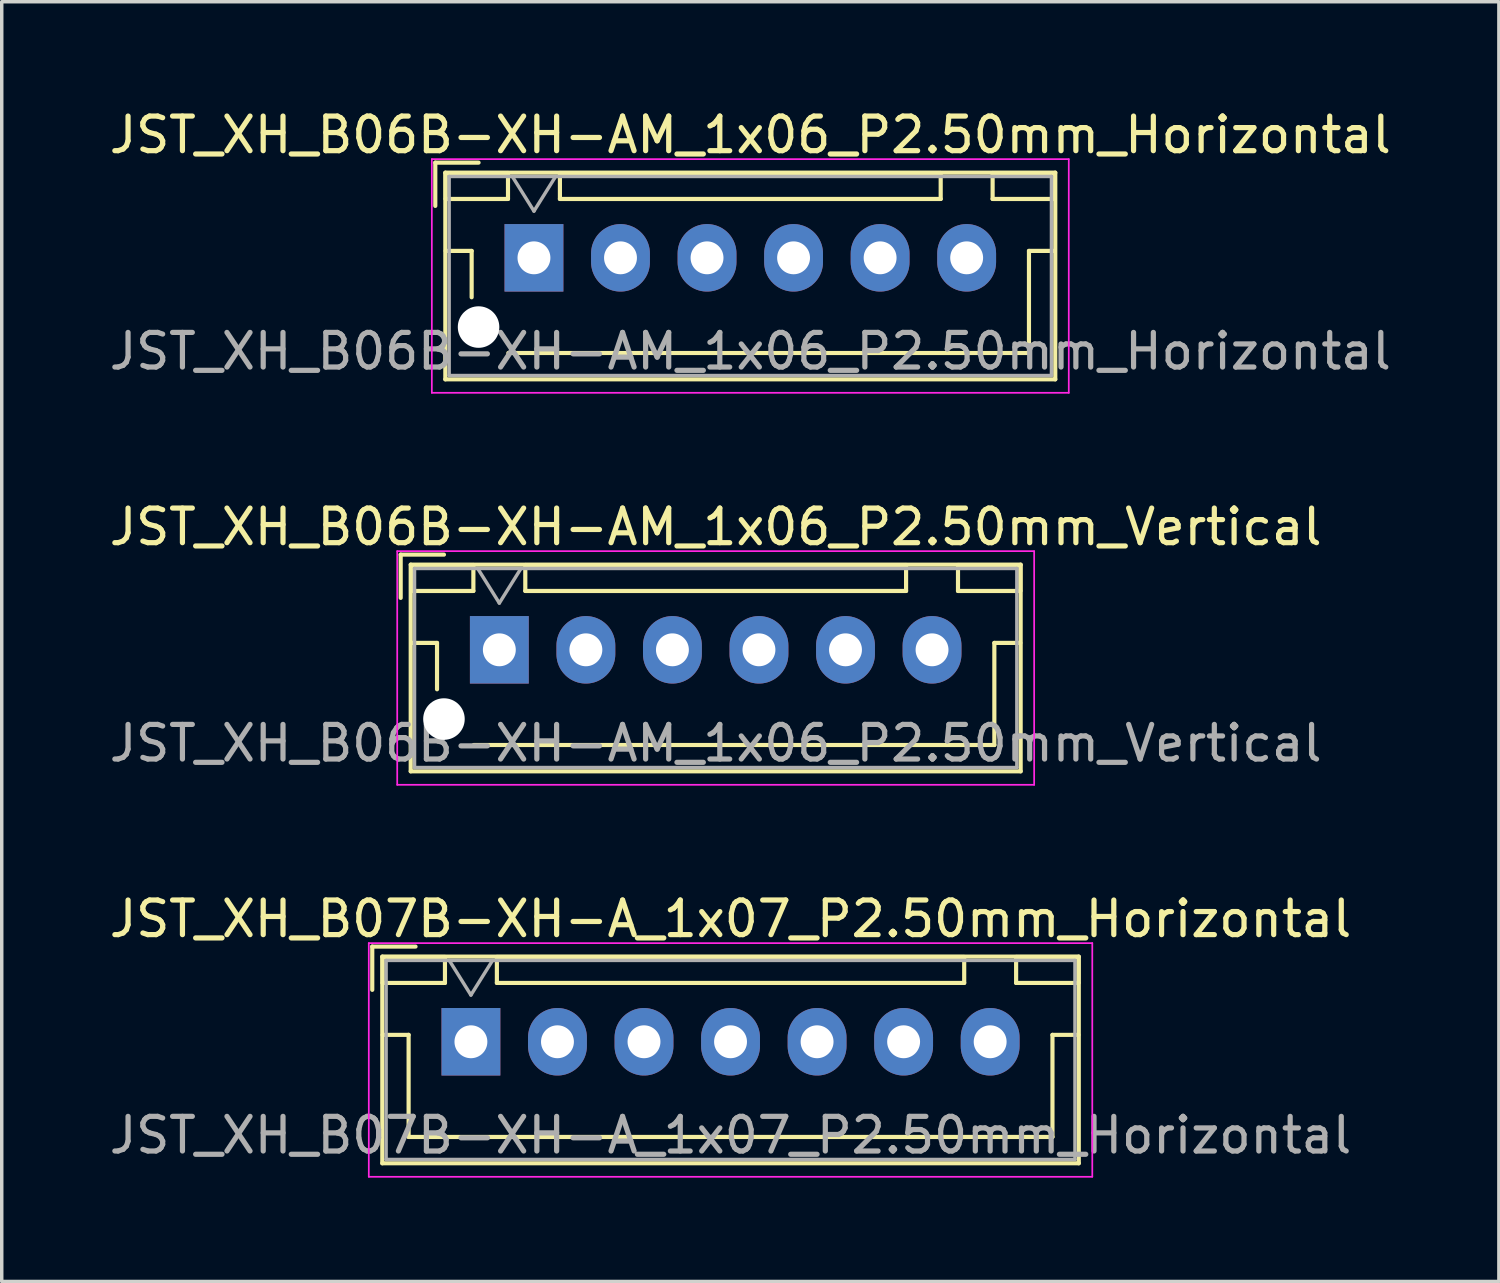
<source format=kicad_pcb>
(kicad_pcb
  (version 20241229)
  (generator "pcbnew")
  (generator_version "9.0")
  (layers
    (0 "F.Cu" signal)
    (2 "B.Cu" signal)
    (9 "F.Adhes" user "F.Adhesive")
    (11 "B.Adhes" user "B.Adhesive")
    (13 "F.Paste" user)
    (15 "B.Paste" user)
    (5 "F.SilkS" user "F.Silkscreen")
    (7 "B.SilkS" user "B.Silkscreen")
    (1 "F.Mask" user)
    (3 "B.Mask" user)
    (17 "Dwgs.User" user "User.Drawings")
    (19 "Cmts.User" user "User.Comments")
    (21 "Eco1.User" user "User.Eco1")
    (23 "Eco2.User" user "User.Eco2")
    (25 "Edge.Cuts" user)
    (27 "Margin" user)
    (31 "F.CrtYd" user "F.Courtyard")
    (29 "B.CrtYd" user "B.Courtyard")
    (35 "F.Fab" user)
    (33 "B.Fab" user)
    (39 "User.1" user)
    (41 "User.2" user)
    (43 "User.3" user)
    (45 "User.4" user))
  (footprint "JST_XH_B07B-XH-A_1x07_P2.50mm_Horizontal"
    (layer "F.Cu")
    (at 10.554 27.045)
    (property "Reference" "JST_XH_B07B-XH-A_1x07_P2.50mm_Horizontal" (at 7.5 -3.55 0) (layer "F.SilkS") (effects (font (size 1 1) (thickness 0.15))))
    (attr through_hole)
    (fp_line (start -2.85 -2.75) (end -2.85 -1.5) (stroke (width 0.12) (type solid)) (layer "F.SilkS"))
    (fp_line (start -2.56 -2.46) (end -2.56 3.51) (stroke (width 0.12) (type solid)) (layer "F.SilkS"))
    (fp_line (start -2.56 3.51) (end 17.56 3.51) (stroke (width 0.12) (type solid)) (layer "F.SilkS"))
    (fp_line (start -2.55 -2.45) (end -2.55 -1.7) (stroke (width 0.12) (type solid)) (layer "F.SilkS"))
    (fp_line (start -2.55 -1.7) (end -0.75 -1.7) (stroke (width 0.12) (type solid)) (layer "F.SilkS"))
    (fp_line (start -2.55 -0.2) (end -1.8 -0.2) (stroke (width 0.12) (type solid)) (layer "F.SilkS"))
    (fp_line (start -1.8 -0.2) (end -1.8 2.75) (stroke (width 0.12) (type solid)) (layer "F.SilkS"))
    (fp_line (start -1.8 2.75) (end 7.5 2.75) (stroke (width 0.12) (type solid)) (layer "F.SilkS"))
    (fp_line (start -1.6 -2.75) (end -2.85 -2.75) (stroke (width 0.12) (type solid)) (layer "F.SilkS"))
    (fp_line (start -0.75 -2.45) (end -2.55 -2.45) (stroke (width 0.12) (type solid)) (layer "F.SilkS"))
    (fp_line (start -0.75 -1.7) (end -0.75 -2.45) (stroke (width 0.12) (type solid)) (layer "F.SilkS"))
    (fp_line (start 0.75 -2.45) (end 0.75 -1.7) (stroke (width 0.12) (type solid)) (layer "F.SilkS"))
    (fp_line (start 0.75 -1.7) (end 14.25 -1.7) (stroke (width 0.12) (type solid)) (layer "F.SilkS"))
    (fp_line (start 14.25 -2.45) (end 0.75 -2.45) (stroke (width 0.12) (type solid)) (layer "F.SilkS"))
    (fp_line (start 14.25 -1.7) (end 14.25 -2.45) (stroke (width 0.12) (type solid)) (layer "F.SilkS"))
    (fp_line (start 15.75 -2.45) (end 15.75 -1.7) (stroke (width 0.12) (type solid)) (layer "F.SilkS"))
    (fp_line (start 15.75 -1.7) (end 17.55 -1.7) (stroke (width 0.12) (type solid)) (layer "F.SilkS"))
    (fp_line (start 16.8 -0.2) (end 16.8 2.75) (stroke (width 0.12) (type solid)) (layer "F.SilkS"))
    (fp_line (start 16.8 2.75) (end 7.5 2.75) (stroke (width 0.12) (type solid)) (layer "F.SilkS"))
    (fp_line (start 17.55 -2.45) (end 15.75 -2.45) (stroke (width 0.12) (type solid)) (layer "F.SilkS"))
    (fp_line (start 17.55 -1.7) (end 17.55 -2.45) (stroke (width 0.12) (type solid)) (layer "F.SilkS"))
    (fp_line (start 17.55 -0.2) (end 16.8 -0.2) (stroke (width 0.12) (type solid)) (layer "F.SilkS"))
    (fp_line (start 17.56 -2.46) (end -2.56 -2.46) (stroke (width 0.12) (type solid)) (layer "F.SilkS"))
    (fp_line (start 17.56 3.51) (end 17.56 -2.46) (stroke (width 0.12) (type solid)) (layer "F.SilkS"))
    (fp_line (start -2.95 -2.85) (end -2.95 3.9) (stroke (width 0.05) (type solid)) (layer "F.CrtYd"))
    (fp_line (start -2.95 3.9) (end 17.95 3.9) (stroke (width 0.05) (type solid)) (layer "F.CrtYd"))
    (fp_line (start 17.95 -2.85) (end -2.95 -2.85) (stroke (width 0.05) (type solid)) (layer "F.CrtYd"))
    (fp_line (start 17.95 3.9) (end 17.95 -2.85) (stroke (width 0.05) (type solid)) (layer "F.CrtYd"))
    (fp_line (start -2.45 -2.35) (end -2.45 3.4) (stroke (width 0.1) (type solid)) (layer "F.Fab"))
    (fp_line (start -2.45 3.4) (end 17.45 3.4) (stroke (width 0.1) (type solid)) (layer "F.Fab"))
    (fp_line (start -0.625 -2.35) (end 0 -1.35) (stroke (width 0.1) (type solid)) (layer "F.Fab"))
    (fp_line (start 0 -1.35) (end 0.625 -2.35) (stroke (width 0.1) (type solid)) (layer "F.Fab"))
    (fp_line (start 17.45 -2.35) (end -2.45 -2.35) (stroke (width 0.1) (type solid)) (layer "F.Fab"))
    (fp_line (start 17.45 3.4) (end 17.45 -2.35) (stroke (width 0.1) (type solid)) (layer "F.Fab"))
    (fp_text user "${REFERENCE}" (at 7.5 2.7 0) (layer "F.Fab") (effects (font (size 1 1) (thickness 0.15))))
    (pad "1" thru_hole rect (at 0 0) (size 1.7 1.95) (drill 0.95) (layers "*.Cu" "*.Mask"))
    (pad "2" thru_hole oval (at 2.5 0) (size 1.7 1.95) (drill 0.95) (layers "*.Cu" "*.Mask"))
    (pad "3" thru_hole oval (at 5 0) (size 1.7 1.95) (drill 0.95) (layers "*.Cu" "*.Mask"))
    (pad "4" thru_hole oval (at 7.5 0) (size 1.7 1.95) (drill 0.95) (layers "*.Cu" "*.Mask"))
    (pad "5" thru_hole oval (at 10 0) (size 1.7 1.95) (drill 0.95) (layers "*.Cu" "*.Mask"))
    (pad "6" thru_hole oval (at 12.5 0) (size 1.7 1.95) (drill 0.95) (layers "*.Cu" "*.Mask"))
    (pad "7" thru_hole oval (at 15 0) (size 1.7 1.95) (drill 0.95) (layers "*.Cu" "*.Mask")))
  (footprint "JST_XH_B06B-XH-AM_1x06_P2.50mm_Vertical"
    (layer "F.Cu")
    (at 11.375 15.722)
    (property "Reference" "JST_XH_B06B-XH-AM_1x06_P2.50mm_Vertical" (at 6.25 -3.55 0) (layer "F.SilkS") (effects (font (size 1 1) (thickness 0.15))))
    (attr through_hole)
    (fp_line (start -2.85 -2.75) (end -2.85 -1.5) (stroke (width 0.12) (type solid)) (layer "F.SilkS"))
    (fp_line (start -2.56 -2.46) (end -2.56 3.51) (stroke (width 0.12) (type solid)) (layer "F.SilkS"))
    (fp_line (start -2.56 3.51) (end 15.06 3.51) (stroke (width 0.12) (type solid)) (layer "F.SilkS"))
    (fp_line (start -2.55 -2.45) (end -2.55 -1.7) (stroke (width 0.12) (type solid)) (layer "F.SilkS"))
    (fp_line (start -2.55 -1.7) (end -0.75 -1.7) (stroke (width 0.12) (type solid)) (layer "F.SilkS"))
    (fp_line (start -2.55 -0.2) (end -1.8 -0.2) (stroke (width 0.12) (type solid)) (layer "F.SilkS"))
    (fp_line (start -1.8 -0.2) (end -1.8 1.14) (stroke (width 0.12) (type solid)) (layer "F.SilkS"))
    (fp_line (start -1.6 -2.75) (end -2.85 -2.75) (stroke (width 0.12) (type solid)) (layer "F.SilkS"))
    (fp_line (start -0.75 -2.45) (end -2.55 -2.45) (stroke (width 0.12) (type solid)) (layer "F.SilkS"))
    (fp_line (start -0.75 -1.7) (end -0.75 -2.45) (stroke (width 0.12) (type solid)) (layer "F.SilkS"))
    (fp_line (start 0.75 -2.45) (end 0.75 -1.7) (stroke (width 0.12) (type solid)) (layer "F.SilkS"))
    (fp_line (start 0.75 -1.7) (end 11.75 -1.7) (stroke (width 0.12) (type solid)) (layer "F.SilkS"))
    (fp_line (start 6.25 2.75) (end -0.74 2.75) (stroke (width 0.12) (type solid)) (layer "F.SilkS"))
    (fp_line (start 11.75 -2.45) (end 0.75 -2.45) (stroke (width 0.12) (type solid)) (layer "F.SilkS"))
    (fp_line (start 11.75 -1.7) (end 11.75 -2.45) (stroke (width 0.12) (type solid)) (layer "F.SilkS"))
    (fp_line (start 13.25 -2.45) (end 13.25 -1.7) (stroke (width 0.12) (type solid)) (layer "F.SilkS"))
    (fp_line (start 13.25 -1.7) (end 15.05 -1.7) (stroke (width 0.12) (type solid)) (layer "F.SilkS"))
    (fp_line (start 14.3 -0.2) (end 14.3 2.75) (stroke (width 0.12) (type solid)) (layer "F.SilkS"))
    (fp_line (start 14.3 2.75) (end 6.25 2.75) (stroke (width 0.12) (type solid)) (layer "F.SilkS"))
    (fp_line (start 15.05 -2.45) (end 13.25 -2.45) (stroke (width 0.12) (type solid)) (layer "F.SilkS"))
    (fp_line (start 15.05 -1.7) (end 15.05 -2.45) (stroke (width 0.12) (type solid)) (layer "F.SilkS"))
    (fp_line (start 15.05 -0.2) (end 14.3 -0.2) (stroke (width 0.12) (type solid)) (layer "F.SilkS"))
    (fp_line (start 15.06 -2.46) (end -2.56 -2.46) (stroke (width 0.12) (type solid)) (layer "F.SilkS"))
    (fp_line (start 15.06 3.51) (end 15.06 -2.46) (stroke (width 0.12) (type solid)) (layer "F.SilkS"))
    (fp_line (start -2.95 -2.85) (end -2.95 3.9) (stroke (width 0.05) (type solid)) (layer "F.CrtYd"))
    (fp_line (start -2.95 3.9) (end 15.45 3.9) (stroke (width 0.05) (type solid)) (layer "F.CrtYd"))
    (fp_line (start 15.45 -2.85) (end -2.95 -2.85) (stroke (width 0.05) (type solid)) (layer "F.CrtYd"))
    (fp_line (start 15.45 3.9) (end 15.45 -2.85) (stroke (width 0.05) (type solid)) (layer "F.CrtYd"))
    (fp_line (start -2.45 -2.35) (end -2.45 3.4) (stroke (width 0.1) (type solid)) (layer "F.Fab"))
    (fp_line (start -2.45 3.4) (end 14.95 3.4) (stroke (width 0.1) (type solid)) (layer "F.Fab"))
    (fp_line (start -0.625 -2.35) (end 0 -1.35) (stroke (width 0.1) (type solid)) (layer "F.Fab"))
    (fp_line (start 0 -1.35) (end 0.625 -2.35) (stroke (width 0.1) (type solid)) (layer "F.Fab"))
    (fp_line (start 14.95 -2.35) (end -2.45 -2.35) (stroke (width 0.1) (type solid)) (layer "F.Fab"))
    (fp_line (start 14.95 3.4) (end 14.95 -2.35) (stroke (width 0.1) (type solid)) (layer "F.Fab"))
    (fp_text user "${REFERENCE}" (at 6.25 2.7 0) (layer "F.Fab") (effects (font (size 1 1) (thickness 0.15))))
    (pad "" np_thru_hole circle (at -1.6 2) (size 1.2 1.2) (drill 1.2) (layers "*.Cu" "*.Mask"))
    (pad "1" thru_hole rect (at 0 0) (size 1.7 1.95) (drill 0.95) (layers "*.Cu" "*.Mask"))
    (pad "2" thru_hole oval (at 2.5 0) (size 1.7 1.95) (drill 0.95) (layers "*.Cu" "*.Mask"))
    (pad "3" thru_hole oval (at 5 0) (size 1.7 1.95) (drill 0.95) (layers "*.Cu" "*.Mask"))
    (pad "4" thru_hole oval (at 7.5 0) (size 1.7 1.95) (drill 0.95) (layers "*.Cu" "*.Mask"))
    (pad "5" thru_hole oval (at 10 0) (size 1.7 1.95) (drill 0.95) (layers "*.Cu" "*.Mask"))
    (pad "6" thru_hole oval (at 12.5 0) (size 1.7 1.95) (drill 0.95) (layers "*.Cu" "*.Mask")))
  (footprint "JST_XH_B06B-XH-AM_1x06_P2.50mm_Horizontal"
    (layer "F.Cu")
    (at 12.375 4.398)
    (property "Reference" "JST_XH_B06B-XH-AM_1x06_P2.50mm_Horizontal" (at 6.25 -3.55 0) (layer "F.SilkS") (effects (font (size 1 1) (thickness 0.15))))
    (attr through_hole)
    (fp_line (start -2.85 -2.75) (end -2.85 -1.5) (stroke (width 0.12) (type solid)) (layer "F.SilkS"))
    (fp_line (start -2.56 -2.46) (end -2.56 3.51) (stroke (width 0.12) (type solid)) (layer "F.SilkS"))
    (fp_line (start -2.56 3.51) (end 15.06 3.51) (stroke (width 0.12) (type solid)) (layer "F.SilkS"))
    (fp_line (start -2.55 -2.45) (end -2.55 -1.7) (stroke (width 0.12) (type solid)) (layer "F.SilkS"))
    (fp_line (start -2.55 -1.7) (end -0.75 -1.7) (stroke (width 0.12) (type solid)) (layer "F.SilkS"))
    (fp_line (start -2.55 -0.2) (end -1.8 -0.2) (stroke (width 0.12) (type solid)) (layer "F.SilkS"))
    (fp_line (start -1.8 -0.2) (end -1.8 1.14) (stroke (width 0.12) (type solid)) (layer "F.SilkS"))
    (fp_line (start -1.6 -2.75) (end -2.85 -2.75) (stroke (width 0.12) (type solid)) (layer "F.SilkS"))
    (fp_line (start -0.75 -2.45) (end -2.55 -2.45) (stroke (width 0.12) (type solid)) (layer "F.SilkS"))
    (fp_line (start -0.75 -1.7) (end -0.75 -2.45) (stroke (width 0.12) (type solid)) (layer "F.SilkS"))
    (fp_line (start 0.75 -2.45) (end 0.75 -1.7) (stroke (width 0.12) (type solid)) (layer "F.SilkS"))
    (fp_line (start 0.75 -1.7) (end 11.75 -1.7) (stroke (width 0.12) (type solid)) (layer "F.SilkS"))
    (fp_line (start 6.25 2.75) (end -0.74 2.75) (stroke (width 0.12) (type solid)) (layer "F.SilkS"))
    (fp_line (start 11.75 -2.45) (end 0.75 -2.45) (stroke (width 0.12) (type solid)) (layer "F.SilkS"))
    (fp_line (start 11.75 -1.7) (end 11.75 -2.45) (stroke (width 0.12) (type solid)) (layer "F.SilkS"))
    (fp_line (start 13.25 -2.45) (end 13.25 -1.7) (stroke (width 0.12) (type solid)) (layer "F.SilkS"))
    (fp_line (start 13.25 -1.7) (end 15.05 -1.7) (stroke (width 0.12) (type solid)) (layer "F.SilkS"))
    (fp_line (start 14.3 -0.2) (end 14.3 2.75) (stroke (width 0.12) (type solid)) (layer "F.SilkS"))
    (fp_line (start 14.3 2.75) (end 6.25 2.75) (stroke (width 0.12) (type solid)) (layer "F.SilkS"))
    (fp_line (start 15.05 -2.45) (end 13.25 -2.45) (stroke (width 0.12) (type solid)) (layer "F.SilkS"))
    (fp_line (start 15.05 -1.7) (end 15.05 -2.45) (stroke (width 0.12) (type solid)) (layer "F.SilkS"))
    (fp_line (start 15.05 -0.2) (end 14.3 -0.2) (stroke (width 0.12) (type solid)) (layer "F.SilkS"))
    (fp_line (start 15.06 -2.46) (end -2.56 -2.46) (stroke (width 0.12) (type solid)) (layer "F.SilkS"))
    (fp_line (start 15.06 3.51) (end 15.06 -2.46) (stroke (width 0.12) (type solid)) (layer "F.SilkS"))
    (fp_line (start -2.95 -2.85) (end -2.95 3.9) (stroke (width 0.05) (type solid)) (layer "F.CrtYd"))
    (fp_line (start -2.95 3.9) (end 15.45 3.9) (stroke (width 0.05) (type solid)) (layer "F.CrtYd"))
    (fp_line (start 15.45 -2.85) (end -2.95 -2.85) (stroke (width 0.05) (type solid)) (layer "F.CrtYd"))
    (fp_line (start 15.45 3.9) (end 15.45 -2.85) (stroke (width 0.05) (type solid)) (layer "F.CrtYd"))
    (fp_line (start -2.45 -2.35) (end -2.45 3.4) (stroke (width 0.1) (type solid)) (layer "F.Fab"))
    (fp_line (start -2.45 3.4) (end 14.95 3.4) (stroke (width 0.1) (type solid)) (layer "F.Fab"))
    (fp_line (start -0.625 -2.35) (end 0 -1.35) (stroke (width 0.1) (type solid)) (layer "F.Fab"))
    (fp_line (start 0 -1.35) (end 0.625 -2.35) (stroke (width 0.1) (type solid)) (layer "F.Fab"))
    (fp_line (start 14.95 -2.35) (end -2.45 -2.35) (stroke (width 0.1) (type solid)) (layer "F.Fab"))
    (fp_line (start 14.95 3.4) (end 14.95 -2.35) (stroke (width 0.1) (type solid)) (layer "F.Fab"))
    (fp_text user "${REFERENCE}" (at 6.25 2.7 0) (layer "F.Fab") (effects (font (size 1 1) (thickness 0.15))))
    (pad "" np_thru_hole circle (at -1.6 2) (size 1.2 1.2) (drill 1.2) (layers "*.Cu" "*.Mask"))
    (pad "1" thru_hole rect (at 0 0) (size 1.7 1.95) (drill 0.95) (layers "*.Cu" "*.Mask"))
    (pad "2" thru_hole oval (at 2.5 0) (size 1.7 1.95) (drill 0.95) (layers "*.Cu" "*.Mask"))
    (pad "3" thru_hole oval (at 5 0) (size 1.7 1.95) (drill 0.95) (layers "*.Cu" "*.Mask"))
    (pad "4" thru_hole oval (at 7.5 0) (size 1.7 1.95) (drill 0.95) (layers "*.Cu" "*.Mask"))
    (pad "5" thru_hole oval (at 10 0) (size 1.7 1.95) (drill 0.95) (layers "*.Cu" "*.Mask"))
    (pad "6" thru_hole oval (at 12.5 0) (size 1.7 1.95) (drill 0.95) (layers "*.Cu" "*.Mask")))
  (gr_rect
    (start -3 -3)
    (end 40.25 33.97)
    (stroke (width 0.1) (type default))
    (fill no)
    (layer "Edge.Cuts")))
</source>
